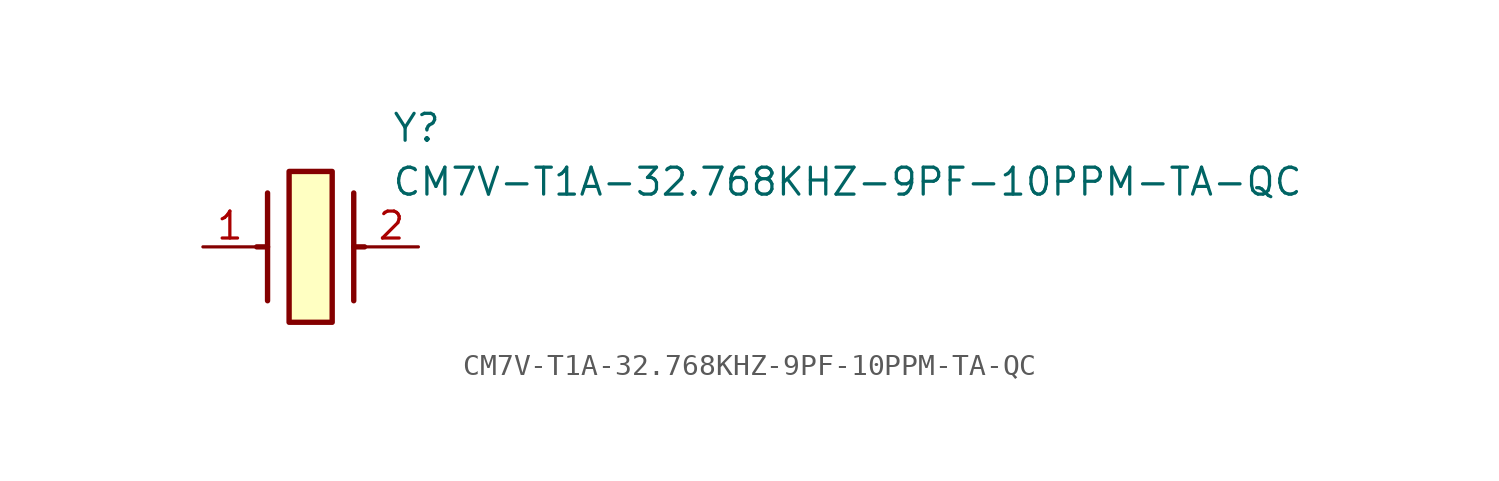
<source format=kicad_sym>
(kicad_symbol_lib
  (version 20211014)
  (generator SamacSys_ECAD_Model)
  (symbol "CM7V-T1A-32.768KHZ-9PF-10PPM-TA-QC"
    (pin_names hide)
    (property "Reference" "Y"
      (at 8.89 6.35 0)
      (effects (font (size 1.27 1.27)) (justify left top)))
    (property "Value" "CM7V-T1A-32.768KHZ-9PF-10PPM-TA-QC"
      (at 8.89 3.81 0)
      (effects (font (size 1.27 1.27)) (justify left top)))
    (rectangle
      (start 4.064 3.556)
      (end 6.096 -3.556)
      (stroke (width 0.254) (type default))
      (fill (type background)))
    (polyline
      (pts (xy 3.048 2.54) (xy 3.048 -2.54))
      (stroke (width 0.254) (type default))
      (fill (type none)))
    (polyline
      (pts (xy 7.112 2.54) (xy 7.112 -2.54))
      (stroke (width 0.254) (type default))
      (fill (type none)))
    (polyline
      (pts (xy 7.112 0) (xy 7.62 0))
      (stroke (width 0.254) (type default))
      (fill (type none)))
    (polyline
      (pts (xy 3.048 0) (xy 2.54 0))
      (stroke (width 0.254) (type default))
      (fill (type none)))
    (pin passive line
      (at 0 0 0)
      (length 2.54)
      (name "1" (effects (font (size 1.27 1.27))))
      (number "1" (effects (font (size 1.27 1.27)))))
    (pin passive line
      (at 10.16 0 180)
      (length 2.54)
      (name "2" (effects (font (size 1.27 1.27))))
      (number "2" (effects (font (size 1.27 1.27)))))))
</source>
